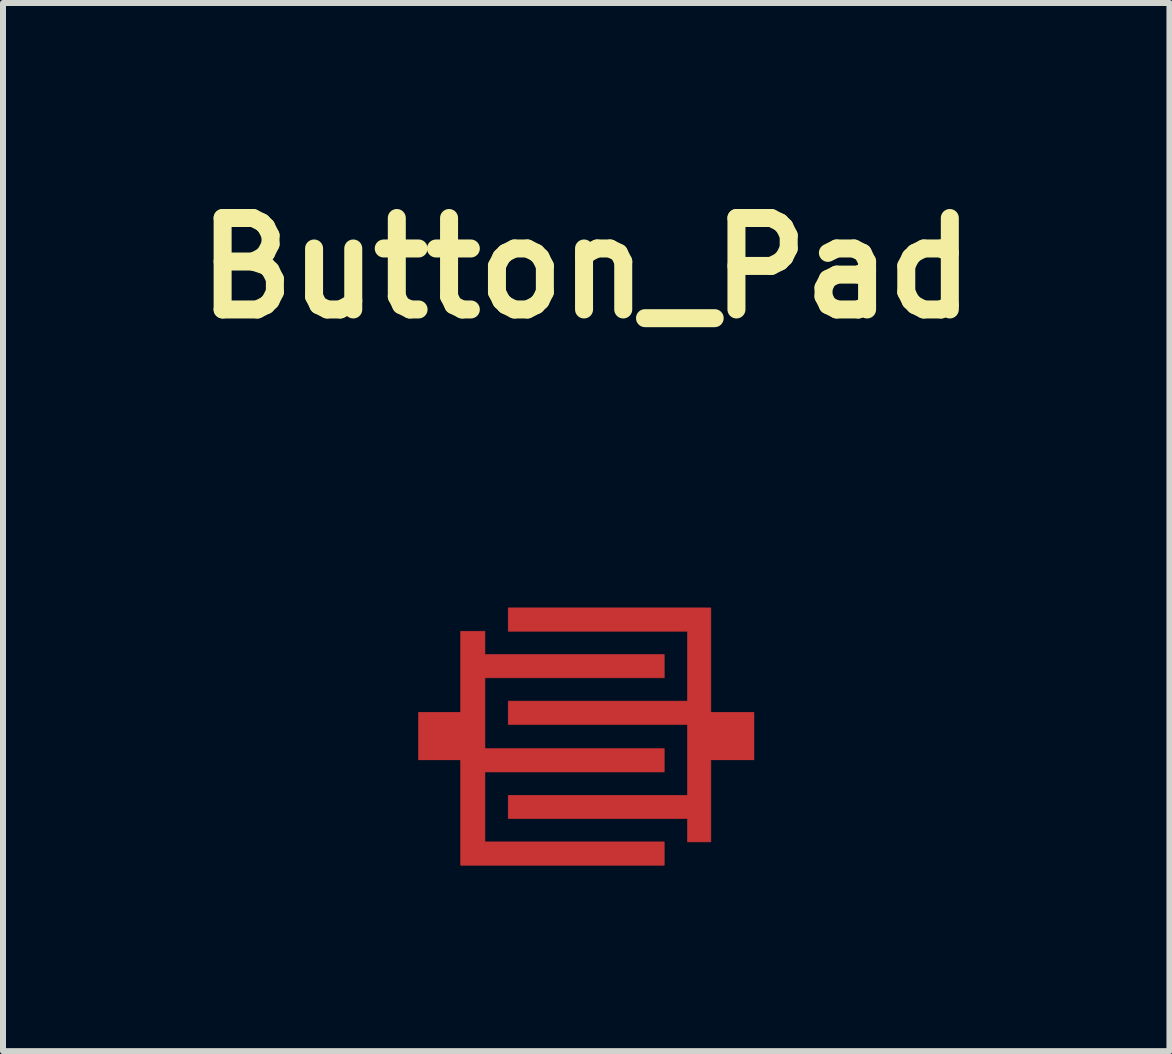
<source format=kicad_pcb>
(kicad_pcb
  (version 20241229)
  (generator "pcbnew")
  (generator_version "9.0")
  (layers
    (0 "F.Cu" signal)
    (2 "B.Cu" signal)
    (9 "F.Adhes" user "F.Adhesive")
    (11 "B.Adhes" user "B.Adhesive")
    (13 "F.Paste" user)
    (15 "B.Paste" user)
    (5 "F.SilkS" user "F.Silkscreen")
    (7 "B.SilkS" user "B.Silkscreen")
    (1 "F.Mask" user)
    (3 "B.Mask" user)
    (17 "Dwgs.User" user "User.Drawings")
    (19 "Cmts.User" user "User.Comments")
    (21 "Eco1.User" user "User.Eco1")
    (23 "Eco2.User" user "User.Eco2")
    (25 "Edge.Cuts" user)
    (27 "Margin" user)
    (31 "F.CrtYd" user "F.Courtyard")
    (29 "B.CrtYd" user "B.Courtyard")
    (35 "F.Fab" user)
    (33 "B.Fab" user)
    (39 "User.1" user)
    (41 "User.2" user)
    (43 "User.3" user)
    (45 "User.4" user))
  (footprint "Button_Pad"
    (layer "F.Cu")
    (at 6.72 9.218)
    (property "Reference" "Button_Pad" (at 0 -7.8 0) (layer "F.SilkS") (effects (font (size 1.524 1.524) (thickness 0.3))))
    (attr through_hole)
    (fp_poly (pts (xy -1.688 -1.36) (xy 1.3 -1.36) (xy 1.3 -0.971) (xy -1.688 -0.971) (xy -1.688 0.209) (xy 1.3 0.209) (xy 1.3 0.598) (xy -1.688 0.598) (xy -1.688 1.763) (xy 1.3 1.763) (xy 1.3 2.152) (xy -2.092 2.152) (xy -2.092 -1.748) (xy -1.688 -1.748) (xy -1.688 -1.36)) (stroke (width 0.01) (type solid)) (fill yes) (layer "F.Cu"))
    (fp_poly (pts (xy 2.077 1.763) (xy 1.688 1.763) (xy 1.688 1.375) (xy -1.3 1.375) (xy -1.3 0.986) (xy 1.688 0.986) (xy 1.688 -0.194) (xy -1.3 -0.194) (xy -1.3 -0.583) (xy 1.688 -0.583) (xy 1.688 -1.748) (xy -1.3 -1.748) (xy -1.3 -2.137) (xy 2.077 -2.137) (xy 2.077 1.763)) (stroke (width 0.01) (type solid)) (fill yes) (layer "F.Cu"))
    (fp_poly (pts (xy 2.8 2.2) (xy -2.8 2.2) (xy -2.8 -2.2) (xy 2.8 -2.2)) (stroke (width 0.1) (type solid)) (fill yes) (layer "F.Mask"))
    (pad "1" smd rect (at -2.4 0) (size 0.8 0.8) (layers "F.Cu" "F.Mask"))
    (pad "2" smd rect (at 2.4 0) (size 0.8 0.8) (layers "F.Cu" "F.Mask")))
  (gr_rect
    (start -3 -3)
    (end 16.44 14.468)
    (stroke (width 0.1) (type default))
    (fill no)
    (layer "Edge.Cuts")))
</source>
